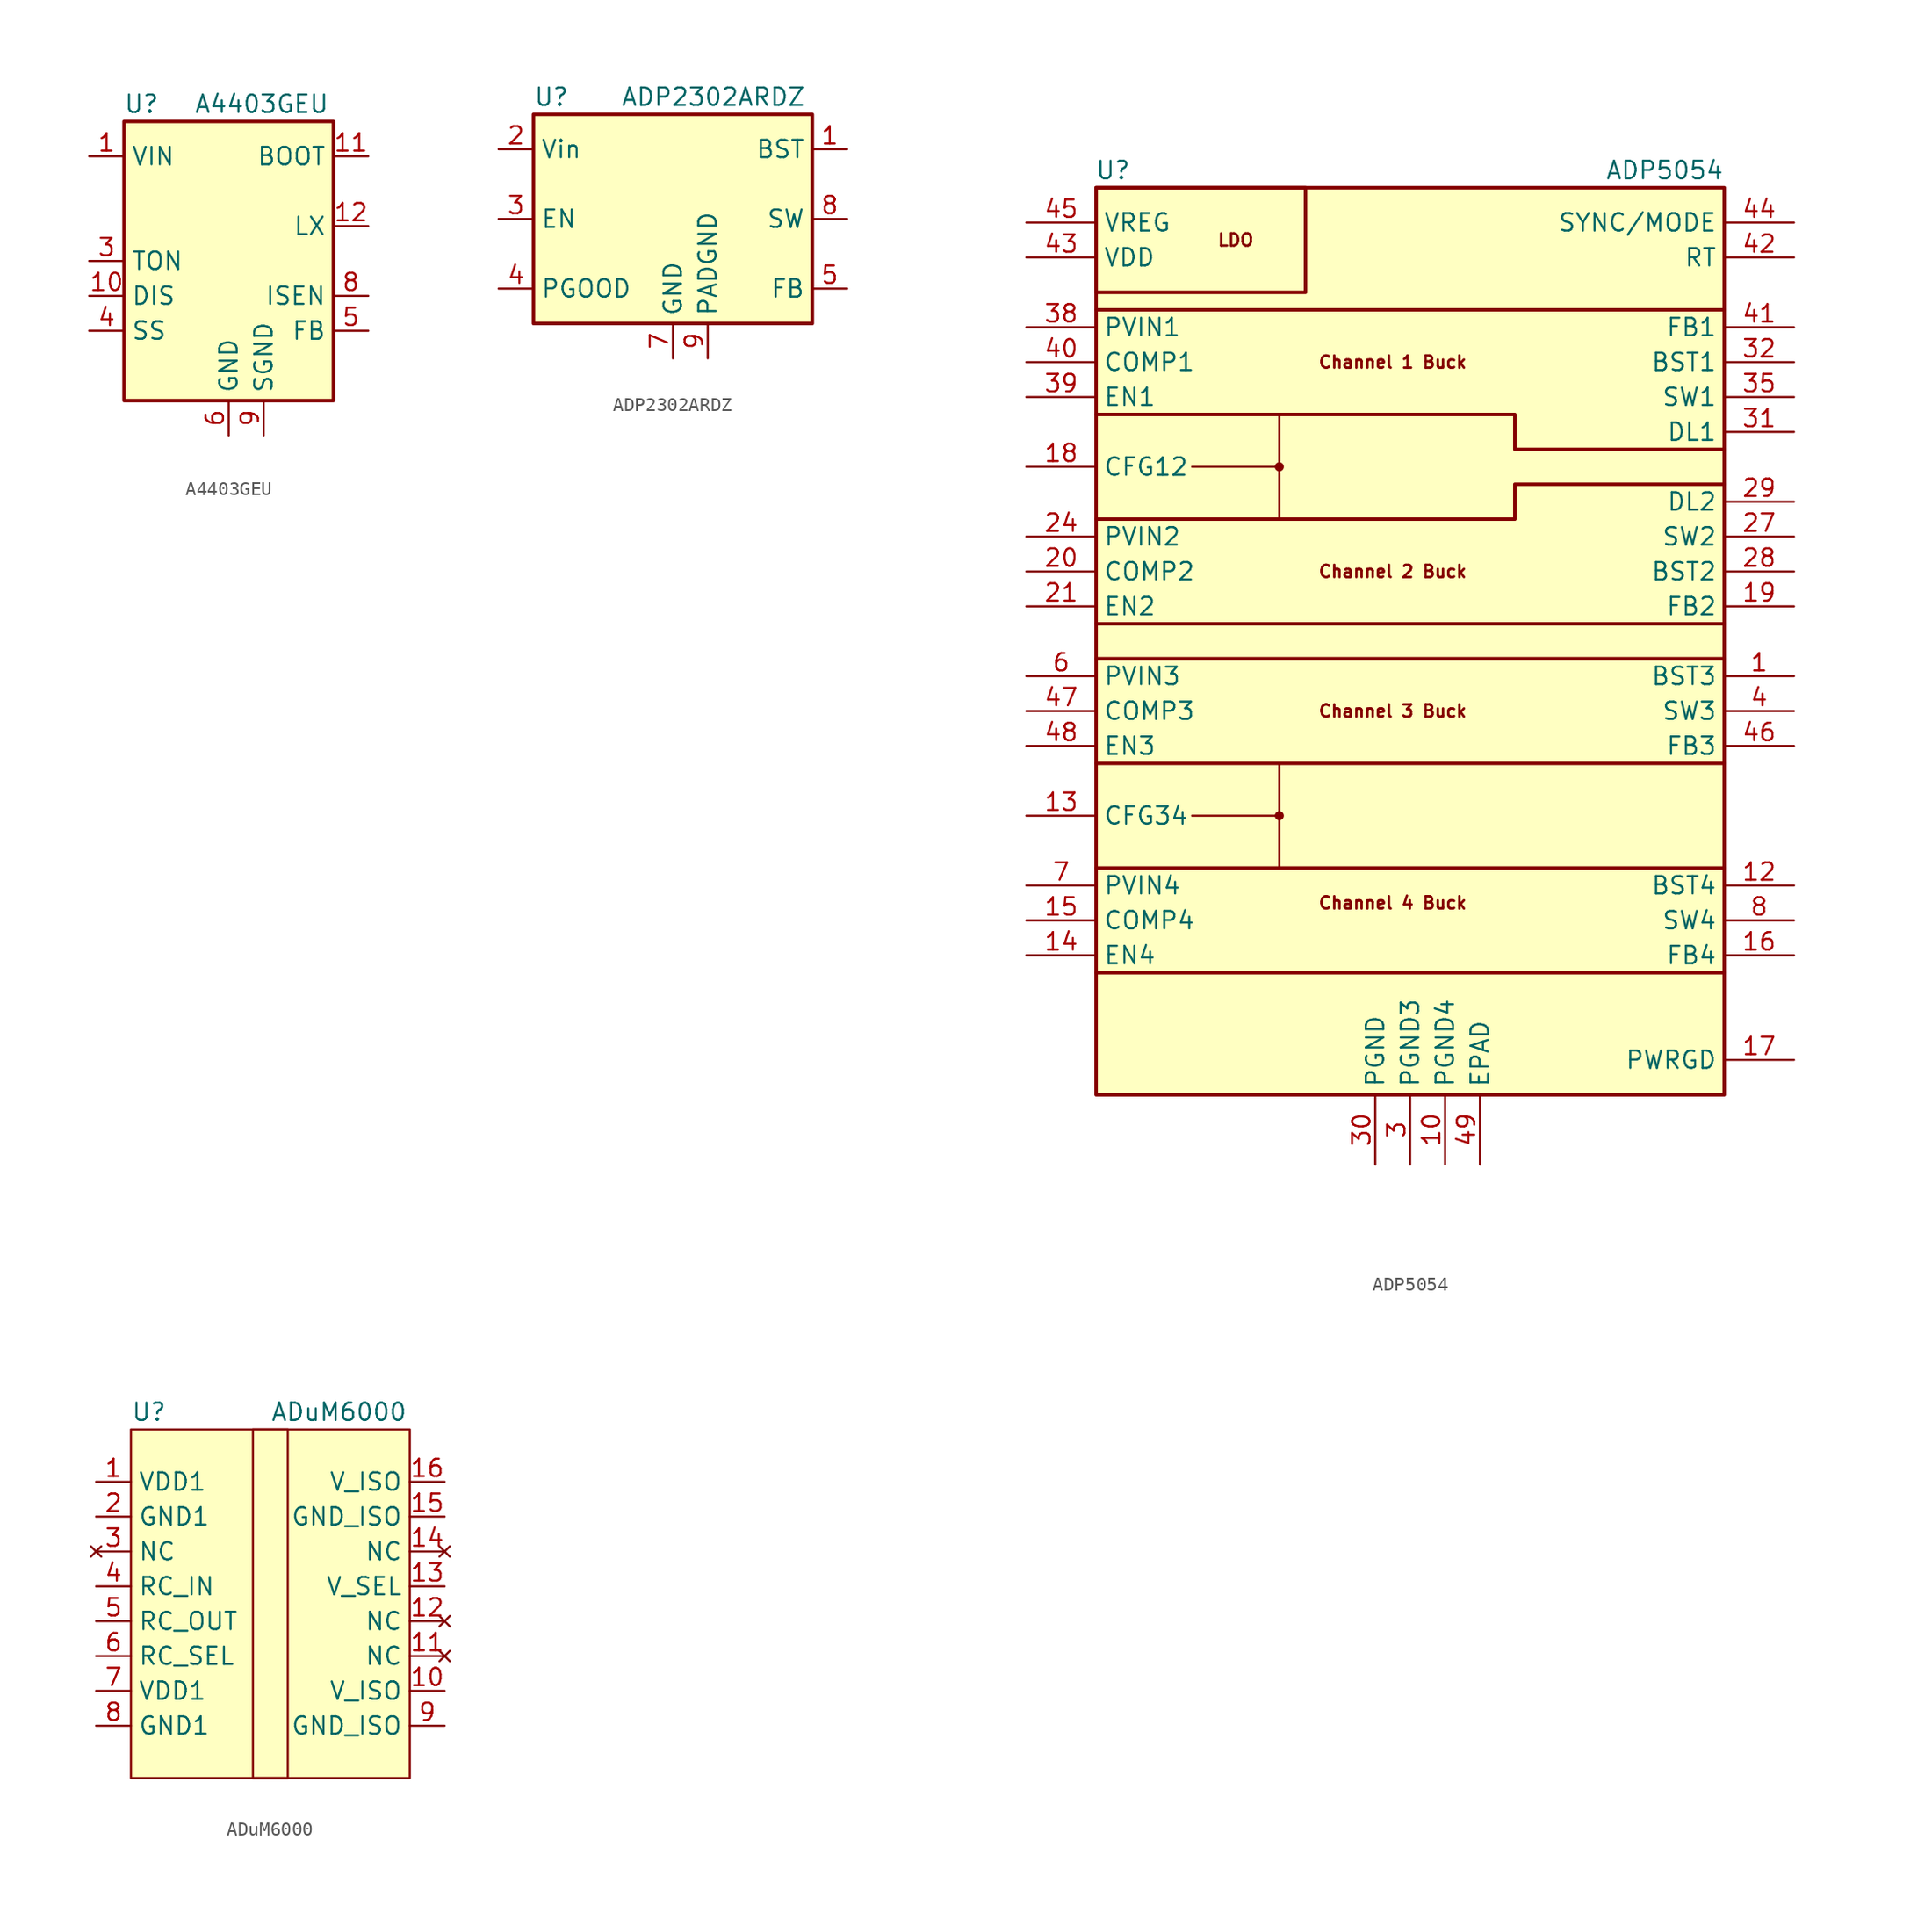
<source format=kicad_sym>
(kicad_symbol_lib
  (version 20201005)
  (generator kicad_symbol_editor)
  (symbol "A4403GEU"
    (property "Reference" "U"
      (at -6.35 11.43 0)
      (effects (font (size 1.27 1.27))))
    (property "Value" "A4403GEU"
      (at -2.54 11.43 0)
      (effects (font (size 1.27 1.27)) (justify left)))
    (symbol "A4403GEU_0_1"
      (rectangle (start -7.62 10.16) (end 7.62 -10.16) (stroke (width 0.254)) (fill (type background))))
    (symbol "A4403GEU_1_1"
      (pin power_in line (at -10.16 7.62 0) (length 2.54) (name "VIN" (effects (font (size 1.27 1.27)))) (number "1" (effects (font (size 1.27 1.27)))))
      (pin input line (at -10.16 -2.54 0) (length 2.54) (name "DIS" (effects (font (size 1.27 1.27)))) (number "10" (effects (font (size 1.27 1.27)))))
      (pin passive line (at 10.16 7.62 180) (length 2.54) (name "BOOT" (effects (font (size 1.27 1.27)))) (number "11" (effects (font (size 1.27 1.27)))))
      (pin passive line (at 10.16 2.54 180) (length 2.54) (name "LX" (effects (font (size 1.27 1.27)))) (number "12" (effects (font (size 1.27 1.27)))))
      (pin passive line (at 0 -12.7 90) (length 2.54) hide (name "GND" (effects (font (size 1.27 1.27)))) (number "13" (effects (font (size 1.27 1.27)))))
      (pin passive line (at 0 -12.7 90) (length 2.54) hide (name "GND" (effects (font (size 1.27 1.27)))) (number "14" (effects (font (size 1.27 1.27)))))
      (pin passive line (at 0 -12.7 90) (length 2.54) hide (name "GND" (effects (font (size 1.27 1.27)))) (number "15" (effects (font (size 1.27 1.27)))))
      (pin passive line (at 0 -12.7 90) (length 2.54) hide (name "GND" (effects (font (size 1.27 1.27)))) (number "16" (effects (font (size 1.27 1.27)))))
      (pin passive line (at 0 -12.7 90) (length 2.54) hide (name "GND" (effects (font (size 1.27 1.27)))) (number "17" (effects (font (size 1.27 1.27)))))
      (pin passive line (at 0 -12.7 90) (length 2.54) hide (name "GND" (effects (font (size 1.27 1.27)))) (number "2" (effects (font (size 1.27 1.27)))))
      (pin passive line (at -10.16 0 0) (length 2.54) (name "TON" (effects (font (size 1.27 1.27)))) (number "3" (effects (font (size 1.27 1.27)))))
      (pin passive line (at -10.16 -5.08 0) (length 2.54) (name "SS" (effects (font (size 1.27 1.27)))) (number "4" (effects (font (size 1.27 1.27)))))
      (pin passive line (at 10.16 -5.08 180) (length 2.54) (name "FB" (effects (font (size 1.27 1.27)))) (number "5" (effects (font (size 1.27 1.27)))))
      (pin power_in line (at 0 -12.7 90) (length 2.54) (name "GND" (effects (font (size 1.27 1.27)))) (number "6" (effects (font (size 1.27 1.27)))))
      (pin passive line (at 0 -12.7 90) (length 2.54) hide (name "GND" (effects (font (size 1.27 1.27)))) (number "7" (effects (font (size 1.27 1.27)))))
      (pin passive line (at 10.16 -2.54 180) (length 2.54) (name "ISEN" (effects (font (size 1.27 1.27)))) (number "8" (effects (font (size 1.27 1.27)))))
      (pin passive line (at 2.54 -12.7 90) (length 2.54) (name "SGND" (effects (font (size 1.27 1.27)))) (number "9" (effects (font (size 1.27 1.27)))))))
  (symbol "ADP2302ARDZ"
    (property "Reference" "U"
      (at -10.16 8.89 0)
      (effects (font (size 1.27 1.27)) (justify left)))
    (property "Value" "ADP2302ARDZ"
      (at -3.81 8.89 0)
      (effects (font (size 1.27 1.27)) (justify left)))
    (symbol "ADP2302ARDZ_0_1"
      (rectangle (start -10.16 7.62) (end 10.16 -7.62) (stroke (width 0.254)) (fill (type background))))
    (symbol "ADP2302ARDZ_1_1"
      (pin input line (at 12.7 5.08 180) (length 2.54) (name "BST" (effects (font (size 1.27 1.27)))) (number "1" (effects (font (size 1.27 1.27)))))
      (pin power_in line (at -12.7 5.08 0) (length 2.54) (name "Vin" (effects (font (size 1.27 1.27)))) (number "2" (effects (font (size 1.27 1.27)))))
      (pin input line (at -12.7 0 0) (length 2.54) (name "EN" (effects (font (size 1.27 1.27)))) (number "3" (effects (font (size 1.27 1.27)))))
      (pin output line (at -12.7 -5.08 0) (length 2.54) (name "PGOOD" (effects (font (size 1.27 1.27)))) (number "4" (effects (font (size 1.27 1.27)))))
      (pin input line (at 12.7 -5.08 180) (length 2.54) (name "FB" (effects (font (size 1.27 1.27)))) (number "5" (effects (font (size 1.27 1.27)))))
      (pin no_connect line (at -10.16 2.54 0) (length 2.54) hide (name "NC" (effects (font (size 1.27 1.27)))) (number "6" (effects (font (size 1.27 1.27)))))
      (pin power_in line (at 0 -10.16 90) (length 2.54) (name "GND" (effects (font (size 1.27 1.27)))) (number "7" (effects (font (size 1.27 1.27)))))
      (pin power_out line (at 12.7 0 180) (length 2.54) (name "SW" (effects (font (size 1.27 1.27)))) (number "8" (effects (font (size 1.27 1.27)))))
      (pin power_in line (at 2.54 -10.16 90) (length 2.54) (name "PADGND" (effects (font (size 1.27 1.27)))) (number "9" (effects (font (size 1.27 1.27)))))))
  (symbol "ADP5054"
    (property "Reference" "U"
      (at -20.32 24.13 0)
      (effects (font (size 1.27 1.27)) (justify right)))
    (property "Value" "ADP5054"
      (at 22.86 24.13 0)
      (effects (font (size 1.27 1.27)) (justify right)))
    (symbol "ADP5054_0_0"
      (circle (center -9.525 -22.86) (radius 0.254) (stroke (width 0)) (fill (type outline)))
      (circle (center -9.525 2.54) (radius 0.254) (stroke (width 0)) (fill (type outline)))
      (text "Channel 1 Buck" (at -1.27 10.16 0) (effects (font (size 0.889 0.889) bold)))
      (text "Channel 2 Buck" (at -1.27 -5.08 0) (effects (font (size 0.889 0.889) bold)))
      (text "Channel 3 Buck" (at -1.27 -15.24 0) (effects (font (size 0.889 0.889) bold)))
      (text "Channel 4 Buck" (at -1.27 -29.21 0) (effects (font (size 0.889 0.889) bold)))
      (text "LDO" (at -12.7 19.05 0) (effects (font (size 0.889 0.889) bold)))
      (polyline (pts (xy -22.86 -34.29) (xy 22.86 -34.29)) (stroke (width 0.254)) (fill (type none)))
      (polyline (pts (xy -22.86 -19.05) (xy 22.86 -19.05)) (stroke (width 0.254)) (fill (type none)))
      (polyline (pts (xy -9.525 -22.86) (xy -9.525 -19.05)) (stroke (width 0)) (fill (type none)))
      (polyline (pts (xy -9.525 2.54) (xy -9.525 6.35)) (stroke (width 0)) (fill (type none)))
      (polyline (pts (xy 22.86 -26.67) (xy -22.86 -26.67)) (stroke (width 0.254)) (fill (type none)))
      (polyline (pts (xy -15.875 -22.86) (xy -9.525 -22.86) (xy -9.525 -26.67)) (stroke (width 0)) (fill (type none)))
      (polyline (pts (xy -15.875 2.54) (xy -9.525 2.54) (xy -9.525 -1.27)) (stroke (width 0)) (fill (type none)))
      (polyline (pts (xy -22.86 6.35) (xy 7.62 6.35) (xy 7.62 3.81) (xy 22.86 3.81)) (stroke (width 0.254)) (fill (type none)))
      (polyline (pts (xy 22.86 1.27) (xy 7.62 1.27) (xy 7.62 -1.27) (xy -22.86 -1.27)) (stroke (width 0.254)) (fill (type none))))
    (symbol "ADP5054_0_1"
      (rectangle (start -22.86 16.51) (end -22.86 16.51) (stroke (width 0)) (fill (type none)))
      (rectangle (start -22.86 22.86) (end -7.62 15.24) (stroke (width 0.254)) (fill (type none)))
      (polyline (pts (xy -22.86 -8.89) (xy 22.86 -8.89)) (stroke (width 0.254)) (fill (type none)))
      (polyline (pts (xy 22.86 -11.43) (xy -22.86 -11.43)) (stroke (width 0.254)) (fill (type none)))
      (polyline (pts (xy 22.86 13.97) (xy -22.86 13.97)) (stroke (width 0.254)) (fill (type none))))
    (symbol "ADP5054_1_1"
      (rectangle (start -22.86 22.86) (end 22.86 -43.18) (stroke (width 0.254)) (fill (type background)))
      (pin power_in line (at 27.94 -12.7 180) (length 5.08) (name "BST3" (effects (font (size 1.27 1.27)))) (number "1" (effects (font (size 1.27 1.27)))))
      (pin power_in line (at 2.54 -48.26 90) (length 5.08) (name "PGND4" (effects (font (size 1.27 1.27)))) (number "10" (effects (font (size 1.27 1.27)))))
      (pin passive line (at 2.54 -48.26 90) (length 5.08) hide (name "PGND4" (effects (font (size 1.27 1.27)))) (number "11" (effects (font (size 1.27 1.27)))))
      (pin power_in line (at 27.94 -27.94 180) (length 5.08) (name "BST4" (effects (font (size 1.27 1.27)))) (number "12" (effects (font (size 1.27 1.27)))))
      (pin input line (at -27.94 -22.86 0) (length 5.08) (name "CFG34" (effects (font (size 1.27 1.27)))) (number "13" (effects (font (size 1.27 1.27)))))
      (pin input line (at -27.94 -33.02 0) (length 5.08) (name "EN4" (effects (font (size 1.27 1.27)))) (number "14" (effects (font (size 1.27 1.27)))))
      (pin unspecified line (at -27.94 -30.48 0) (length 5.08) (name "COMP4" (effects (font (size 1.27 1.27)))) (number "15" (effects (font (size 1.27 1.27)))))
      (pin input line (at 27.94 -33.02 180) (length 5.08) (name "FB4" (effects (font (size 1.27 1.27)))) (number "16" (effects (font (size 1.27 1.27)))))
      (pin open_collector line (at 27.94 -40.64 180) (length 5.08) (name "PWRGD" (effects (font (size 1.27 1.27)))) (number "17" (effects (font (size 1.27 1.27)))))
      (pin input line (at -27.94 2.54 0) (length 5.08) (name "CFG12" (effects (font (size 1.27 1.27)))) (number "18" (effects (font (size 1.27 1.27)))))
      (pin input line (at 27.94 -7.62 180) (length 5.08) (name "FB2" (effects (font (size 1.27 1.27)))) (number "19" (effects (font (size 1.27 1.27)))))
      (pin passive line (at 0 -48.26 90) (length 5.08) hide (name "PGND3" (effects (font (size 1.27 1.27)))) (number "2" (effects (font (size 1.27 1.27)))))
      (pin unspecified line (at -27.94 -5.08 0) (length 5.08) (name "COMP2" (effects (font (size 1.27 1.27)))) (number "20" (effects (font (size 1.27 1.27)))))
      (pin input line (at -27.94 -7.62 0) (length 5.08) (name "EN2" (effects (font (size 1.27 1.27)))) (number "21" (effects (font (size 1.27 1.27)))))
      (pin passive line (at -27.94 -2.54 0) (length 5.08) hide (name "PVIN2" (effects (font (size 1.27 1.27)))) (number "22" (effects (font (size 1.27 1.27)))))
      (pin passive line (at -27.94 -2.54 0) (length 5.08) hide (name "PVIN2" (effects (font (size 1.27 1.27)))) (number "23" (effects (font (size 1.27 1.27)))))
      (pin power_in line (at -27.94 -2.54 0) (length 5.08) (name "PVIN2" (effects (font (size 1.27 1.27)))) (number "24" (effects (font (size 1.27 1.27)))))
      (pin passive line (at 27.94 -2.54 180) (length 5.08) hide (name "SW2" (effects (font (size 1.27 1.27)))) (number "25" (effects (font (size 1.27 1.27)))))
      (pin passive line (at 27.94 -2.54 180) (length 5.08) hide (name "SW2" (effects (font (size 1.27 1.27)))) (number "26" (effects (font (size 1.27 1.27)))))
      (pin power_out line (at 27.94 -2.54 180) (length 5.08) (name "SW2" (effects (font (size 1.27 1.27)))) (number "27" (effects (font (size 1.27 1.27)))))
      (pin power_in line (at 27.94 -5.08 180) (length 5.08) (name "BST2" (effects (font (size 1.27 1.27)))) (number "28" (effects (font (size 1.27 1.27)))))
      (pin output line (at 27.94 0 180) (length 5.08) (name "DL2" (effects (font (size 1.27 1.27)))) (number "29" (effects (font (size 1.27 1.27)))))
      (pin power_in line (at 0 -48.26 90) (length 5.08) (name "PGND3" (effects (font (size 1.27 1.27)))) (number "3" (effects (font (size 1.27 1.27)))))
      (pin power_in line (at -2.54 -48.26 90) (length 5.08) (name "PGND" (effects (font (size 1.27 1.27)))) (number "30" (effects (font (size 1.27 1.27)))))
      (pin output line (at 27.94 5.08 180) (length 5.08) (name "DL1" (effects (font (size 1.27 1.27)))) (number "31" (effects (font (size 1.27 1.27)))))
      (pin power_in line (at 27.94 10.16 180) (length 5.08) (name "BST1" (effects (font (size 1.27 1.27)))) (number "32" (effects (font (size 1.27 1.27)))))
      (pin passive line (at 27.94 7.62 180) (length 5.08) hide (name "SW1" (effects (font (size 1.27 1.27)))) (number "33" (effects (font (size 1.27 1.27)))))
      (pin passive line (at 27.94 7.62 180) (length 5.08) hide (name "SW1" (effects (font (size 1.27 1.27)))) (number "34" (effects (font (size 1.27 1.27)))))
      (pin power_out line (at 27.94 7.62 180) (length 5.08) (name "SW1" (effects (font (size 1.27 1.27)))) (number "35" (effects (font (size 1.27 1.27)))))
      (pin passive line (at -27.94 12.7 0) (length 5.08) hide (name "PVIN1" (effects (font (size 1.27 1.27)))) (number "36" (effects (font (size 1.27 1.27)))))
      (pin passive line (at -27.94 12.7 0) (length 5.08) hide (name "PVIN1" (effects (font (size 1.27 1.27)))) (number "37" (effects (font (size 1.27 1.27)))))
      (pin power_in line (at -27.94 12.7 0) (length 5.08) (name "PVIN1" (effects (font (size 1.27 1.27)))) (number "38" (effects (font (size 1.27 1.27)))))
      (pin input line (at -27.94 7.62 0) (length 5.08) (name "EN1" (effects (font (size 1.27 1.27)))) (number "39" (effects (font (size 1.27 1.27)))))
      (pin power_out line (at 27.94 -15.24 180) (length 5.08) (name "SW3" (effects (font (size 1.27 1.27)))) (number "4" (effects (font (size 1.27 1.27)))))
      (pin unspecified line (at -27.94 10.16 0) (length 5.08) (name "COMP1" (effects (font (size 1.27 1.27)))) (number "40" (effects (font (size 1.27 1.27)))))
      (pin input line (at 27.94 12.7 180) (length 5.08) (name "FB1" (effects (font (size 1.27 1.27)))) (number "41" (effects (font (size 1.27 1.27)))))
      (pin unspecified line (at 27.94 17.78 180) (length 5.08) (name "RT" (effects (font (size 1.27 1.27)))) (number "42" (effects (font (size 1.27 1.27)))))
      (pin power_out line (at -27.94 17.78 0) (length 5.08) (name "VDD" (effects (font (size 1.27 1.27)))) (number "43" (effects (font (size 1.27 1.27)))))
      (pin unspecified line (at 27.94 20.32 180) (length 5.08) (name "SYNC/MODE" (effects (font (size 1.27 1.27)))) (number "44" (effects (font (size 1.27 1.27)))))
      (pin power_out line (at -27.94 20.32 0) (length 5.08) (name "VREG" (effects (font (size 1.27 1.27)))) (number "45" (effects (font (size 1.27 1.27)))))
      (pin input line (at 27.94 -17.78 180) (length 5.08) (name "FB3" (effects (font (size 1.27 1.27)))) (number "46" (effects (font (size 1.27 1.27)))))
      (pin unspecified line (at -27.94 -15.24 0) (length 5.08) (name "COMP3" (effects (font (size 1.27 1.27)))) (number "47" (effects (font (size 1.27 1.27)))))
      (pin input line (at -27.94 -17.78 0) (length 5.08) (name "EN3" (effects (font (size 1.27 1.27)))) (number "48" (effects (font (size 1.27 1.27)))))
      (pin power_in line (at 5.08 -48.26 90) (length 5.08) (name "EPAD" (effects (font (size 1.27 1.27)))) (number "49" (effects (font (size 1.27 1.27)))))
      (pin passive line (at 27.94 -15.24 180) (length 5.08) hide (name "SW3" (effects (font (size 1.27 1.27)))) (number "5" (effects (font (size 1.27 1.27)))))
      (pin power_in line (at -27.94 -12.7 0) (length 5.08) (name "PVIN3" (effects (font (size 1.27 1.27)))) (number "6" (effects (font (size 1.27 1.27)))))
      (pin power_in line (at -27.94 -27.94 0) (length 5.08) (name "PVIN4" (effects (font (size 1.27 1.27)))) (number "7" (effects (font (size 1.27 1.27)))))
      (pin power_out line (at 27.94 -30.48 180) (length 5.08) (name "SW4" (effects (font (size 1.27 1.27)))) (number "8" (effects (font (size 1.27 1.27)))))
      (pin passive line (at 27.94 -30.48 180) (length 5.08) hide (name "SW4" (effects (font (size 1.27 1.27)))) (number "9" (effects (font (size 1.27 1.27)))))))
  (symbol "ADuM6000"
    (property "Reference" "U"
      (at -10.16 12.7 0)
      (effects (font (size 1.27 1.27)) (justify left)))
    (property "Value" "ADuM6000"
      (at 0 12.7 0)
      (effects (font (size 1.27 1.27)) (justify left)))
    (symbol "ADuM6000_0_1"
      (rectangle (start -10.16 11.43) (end 10.16 -13.97) (stroke (width 0)) (fill (type background)))
      (rectangle (start -1.27 11.43) (end 1.27 -13.97) (stroke (width 0)) (fill (type none))))
    (symbol "ADuM6000_1_1"
      (pin power_in line (at -12.7 7.62 0) (length 2.54) (name "VDD1" (effects (font (size 1.27 1.27)))) (number "1" (effects (font (size 1.27 1.27)))))
      (pin passive line (at 12.7 -7.62 180) (length 2.54) (name "V_ISO" (effects (font (size 1.27 1.27)))) (number "10" (effects (font (size 1.27 1.27)))))
      (pin no_connect line (at 12.7 -5.08 180) (length 2.54) (name "NC" (effects (font (size 1.27 1.27)))) (number "11" (effects (font (size 1.27 1.27)))))
      (pin no_connect line (at 12.7 -2.54 180) (length 2.54) (name "NC" (effects (font (size 1.27 1.27)))) (number "12" (effects (font (size 1.27 1.27)))))
      (pin input line (at 12.7 0 180) (length 2.54) (name "V_SEL" (effects (font (size 1.27 1.27)))) (number "13" (effects (font (size 1.27 1.27)))))
      (pin no_connect line (at 12.7 2.54 180) (length 2.54) (name "NC" (effects (font (size 1.27 1.27)))) (number "14" (effects (font (size 1.27 1.27)))))
      (pin passive line (at 12.7 5.08 180) (length 2.54) (name "GND_ISO" (effects (font (size 1.27 1.27)))) (number "15" (effects (font (size 1.27 1.27)))))
      (pin power_out line (at 12.7 7.62 180) (length 2.54) (name "V_ISO" (effects (font (size 1.27 1.27)))) (number "16" (effects (font (size 1.27 1.27)))))
      (pin power_in line (at -12.7 5.08 0) (length 2.54) (name "GND1" (effects (font (size 1.27 1.27)))) (number "2" (effects (font (size 1.27 1.27)))))
      (pin no_connect line (at -12.7 2.54 0) (length 2.54) (name "NC" (effects (font (size 1.27 1.27)))) (number "3" (effects (font (size 1.27 1.27)))))
      (pin input line (at -12.7 0 0) (length 2.54) (name "RC_IN" (effects (font (size 1.27 1.27)))) (number "4" (effects (font (size 1.27 1.27)))))
      (pin output line (at -12.7 -2.54 0) (length 2.54) (name "RC_OUT" (effects (font (size 1.27 1.27)))) (number "5" (effects (font (size 1.27 1.27)))))
      (pin input line (at -12.7 -5.08 0) (length 2.54) (name "RC_SEL" (effects (font (size 1.27 1.27)))) (number "6" (effects (font (size 1.27 1.27)))))
      (pin power_in line (at -12.7 -7.62 0) (length 2.54) (name "VDD1" (effects (font (size 1.27 1.27)))) (number "7" (effects (font (size 1.27 1.27)))))
      (pin power_in line (at -12.7 -10.16 0) (length 2.54) (name "GND1" (effects (font (size 1.27 1.27)))) (number "8" (effects (font (size 1.27 1.27)))))
      (pin power_out line (at 12.7 -10.16 180) (length 2.54) (name "GND_ISO" (effects (font (size 1.27 1.27)))) (number "9" (effects (font (size 1.27 1.27))))))))
</source>
